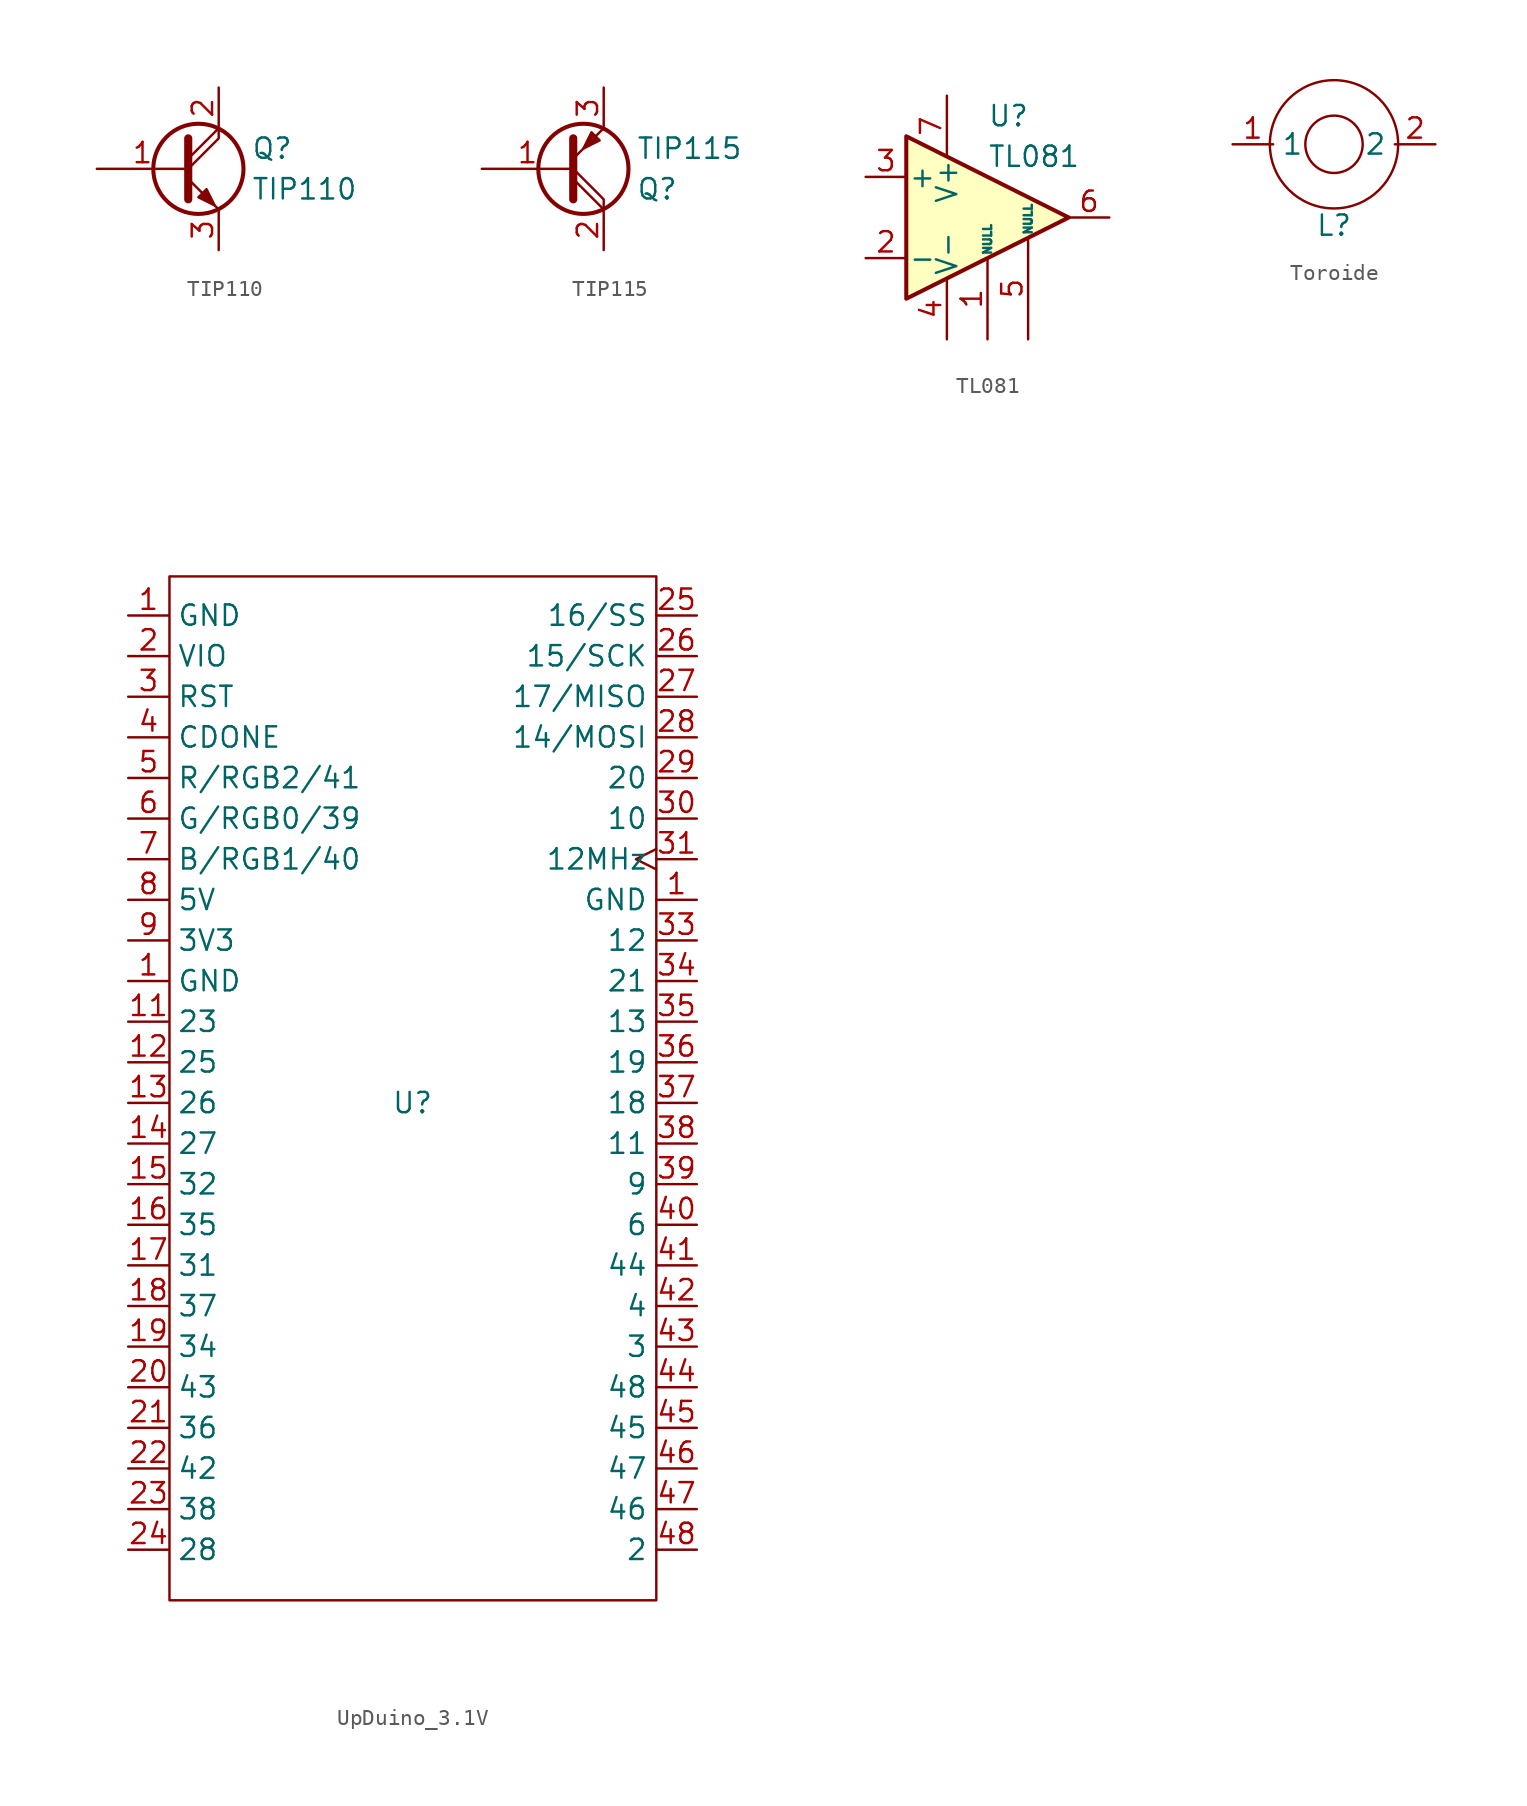
<source format=kicad_sym>
(kicad_symbol_lib
  (version 20231120)
  (generator "kicad_symbol_editor")
  (generator_version "8.0")
  (symbol "TIP110"
    (pin_names
      (offset 0) hide)
    (property "Reference" "Q"
      (at 4.572 1.27 0)
      (effects (font (size 1.27 1.27)) (justify left)))
    (property "Value" "TIP110"
      (at 4.572 -1.27 0)
      (effects (font (size 1.27 1.27)) (justify left)))
    (symbol "TIP110_0_1"
      (polyline (pts (xy 0.635 0.635) (xy 2.54 2.54)) (stroke (width 0) (type default)) (fill (type none)))
      (polyline (pts (xy 0.635 -0.635) (xy 2.54 -2.54) (xy 2.54 -2.54)) (stroke (width 0) (type default)) (fill (type none)))
      (polyline (pts (xy 0.635 0) (xy 2.54 1.905) (xy 2.54 2.54)) (stroke (width 0) (type default)) (fill (type none)))
      (polyline (pts (xy 0.635 1.905) (xy 0.635 -1.905) (xy 0.635 -1.905)) (stroke (width 0.508) (type default)) (fill (type none)))
      (polyline (pts (xy 1.27 -1.778) (xy 1.778 -1.27) (xy 2.286 -2.286) (xy 1.27 -1.778) (xy 1.27 -1.778)) (stroke (width 0) (type default)) (fill (type outline)))
      (circle (center 1.27 0) (radius 2.819) (stroke (width 0.254) (type default)) (fill (type none))))
    (symbol "TIP110_1_1"
      (pin input line (at -5.08 0 0) (length 5.715) (name "B" (effects (font (size 1.27 1.27)))) (number "1" (effects (font (size 1.27 1.27)))))
      (pin passive line (at 2.54 5.08 270) (length 2.54) (name "C" (effects (font (size 1.27 1.27)))) (number "2" (effects (font (size 1.27 1.27)))))
      (pin passive line (at 2.54 -5.08 90) (length 2.54) (name "E" (effects (font (size 1.27 1.27)))) (number "3" (effects (font (size 1.27 1.27)))))))
  (symbol "TIP115"
    (pin_names
      (offset 0) hide)
    (property "Reference" "Q"
      (at 2.032 -1.27 0)
      (effects (font (size 1.27 1.27)) (justify left)))
    (property "Value" "TIP115"
      (at 2.032 1.27 0)
      (effects (font (size 1.27 1.27)) (justify left)))
    (symbol "TIP115_0_1"
      (circle (center -1.27 0) (radius 2.819) (stroke (width 0.254) (type default)) (fill (type none)))
      (polyline (pts (xy -1.905 -0.635) (xy 0 -2.54)) (stroke (width 0) (type default)) (fill (type none)))
      (polyline (pts (xy -1.905 -1.905) (xy -1.905 1.905) (xy -1.905 1.905)) (stroke (width 0.508) (type default)) (fill (type none)))
      (polyline (pts (xy -1.905 0) (xy 0 -1.905) (xy 0 -2.54)) (stroke (width 0) (type default)) (fill (type none)))
      (polyline (pts (xy -1.905 0.635) (xy 0 2.54) (xy 0 2.54)) (stroke (width 0) (type default)) (fill (type none)))
      (polyline (pts (xy -0.254 1.778) (xy -0.762 2.286) (xy -1.27 1.27) (xy -0.254 1.778) (xy -0.254 1.778)) (stroke (width 0) (type default)) (fill (type outline))))
    (symbol "TIP115_1_1"
      (pin input line (at -7.62 0 0) (length 5.715) (name "B" (effects (font (size 1.27 1.27)))) (number "1" (effects (font (size 1.27 1.27)))))
      (pin passive line (at 0 -5.08 90) (length 2.54) (name "C" (effects (font (size 1.27 1.27)))) (number "2" (effects (font (size 1.27 1.27)))))
      (pin passive line (at 0 5.08 270) (length 2.54) (name "E" (effects (font (size 1.27 1.27)))) (number "3" (effects (font (size 1.27 1.27)))))))
  (symbol "TL081"
    (pin_names
      (offset 0.127))
    (property "Reference" "U"
      (at 0 6.35 0)
      (effects (font (size 1.27 1.27)) (justify left)))
    (property "Value" "TL081"
      (at 0 3.81 0)
      (effects (font (size 1.27 1.27)) (justify left)))
    (symbol "TL081_0_1"
      (polyline (pts (xy -5.08 5.08) (xy 5.08 0) (xy -5.08 -5.08) (xy -5.08 5.08)) (stroke (width 0.254) (type default)) (fill (type background))))
    (symbol "TL081_1_1"
      (pin input line (at 0 -7.62 90) (length 5.08) (name "NULL" (effects (font (size 0.508 0.508)))) (number "1" (effects (font (size 1.27 1.27)))))
      (pin input line (at -7.62 -2.54 0) (length 2.54) (name "-" (effects (font (size 1.27 1.27)))) (number "2" (effects (font (size 1.27 1.27)))))
      (pin input line (at -7.62 2.54 0) (length 2.54) (name "+" (effects (font (size 1.27 1.27)))) (number "3" (effects (font (size 1.27 1.27)))))
      (pin power_in line (at -2.54 -7.62 90) (length 3.81) (name "V-" (effects (font (size 1.27 1.27)))) (number "4" (effects (font (size 1.27 1.27)))))
      (pin input line (at 2.54 -7.62 90) (length 6.35) (name "NULL" (effects (font (size 0.508 0.508)))) (number "5" (effects (font (size 1.27 1.27)))))
      (pin output line (at 7.62 0 180) (length 2.54) (name "~" (effects (font (size 1.27 1.27)))) (number "6" (effects (font (size 1.27 1.27)))))
      (pin power_in line (at -2.54 7.62 270) (length 3.81) (name "V+" (effects (font (size 1.27 1.27)))) (number "7" (effects (font (size 1.27 1.27)))))
      (pin no_connect line (at 0 2.54 270) (length 2.54) hide (name "NC" (effects (font (size 1.27 1.27)))) (number "8" (effects (font (size 1.27 1.27)))))))
  (symbol "Toroide"
    (property "Reference" "L"
      (at 0 -5.08 0)
      (effects (font (size 1.27 1.27))))
    (property "Value" ""
      (at 0 -5.08 0)
      (effects (font (size 1.27 1.27))))
    (symbol "Toroide_0_1"
      (circle (center 0 0) (radius 1.796) (stroke (width 0) (type default)) (fill (type none)))
      (circle (center 0 0) (radius 4.016) (stroke (width 0) (type default)) (fill (type none))))
    (symbol "Toroide_1_1"
      (pin input line (at -6.35 0 0) (length 2.54) (name "1" (effects (font (size 1.27 1.27)))) (number "1" (effects (font (size 1.27 1.27)))))
      (pin output line (at 6.35 0 180) (length 2.54) (name "2" (effects (font (size 1.27 1.27)))) (number "2" (effects (font (size 1.27 1.27)))))))
  (symbol "UpDuino_3.1V"
    (property "Reference" "U"
      (at 0 -2.54 0)
      (effects (font (size 1.27 1.27))))
    (property "Value" ""
      (at -6.35 15.24 0)
      (effects (font (size 1.27 1.27))))
    (symbol "UpDuino_3.1V_0_1"
      (rectangle (start -15.198 30.385) (end 15.247 -33.644) (stroke (width 0) (type default)) (fill (type none))))
    (symbol "UpDuino_3.1V_1_1"
      (pin power_in line (at -17.78 5.08 0) (length 2.54) (name "GND" (effects (font (size 1.27 1.27)))) (number "1" (effects (font (size 1.27 1.27)))))
      (pin power_in line (at -17.78 27.94 0) (length 2.54) (name "GND" (effects (font (size 1.27 1.27)))) (number "1" (effects (font (size 1.27 1.27)))))
      (pin power_in line (at 17.78 10.16 180) (length 2.54) (name "GND" (effects (font (size 1.27 1.27)))) (number "1" (effects (font (size 1.27 1.27)))))
      (pin bidirectional line (at -17.78 2.54 0) (length 2.54) (name "23" (effects (font (size 1.27 1.27)))) (number "11" (effects (font (size 1.27 1.27)))))
      (pin bidirectional line (at -17.78 0 0) (length 2.54) (name "25" (effects (font (size 1.27 1.27)))) (number "12" (effects (font (size 1.27 1.27)))))
      (pin bidirectional line (at -17.78 -2.54 0) (length 2.54) (name "26" (effects (font (size 1.27 1.27)))) (number "13" (effects (font (size 1.27 1.27)))))
      (pin bidirectional line (at -17.78 -5.08 0) (length 2.54) (name "27" (effects (font (size 1.27 1.27)))) (number "14" (effects (font (size 1.27 1.27)))))
      (pin bidirectional line (at -17.78 -7.62 0) (length 2.54) (name "32" (effects (font (size 1.27 1.27)))) (number "15" (effects (font (size 1.27 1.27)))))
      (pin bidirectional line (at -17.78 -10.16 0) (length 2.54) (name "35" (effects (font (size 1.27 1.27)))) (number "16" (effects (font (size 1.27 1.27)))))
      (pin bidirectional line (at -17.78 -12.7 0) (length 2.54) (name "31" (effects (font (size 1.27 1.27)))) (number "17" (effects (font (size 1.27 1.27)))))
      (pin bidirectional line (at -17.78 -15.24 0) (length 2.54) (name "37" (effects (font (size 1.27 1.27)))) (number "18" (effects (font (size 1.27 1.27)))))
      (pin bidirectional line (at -17.78 -17.78 0) (length 2.54) (name "34" (effects (font (size 1.27 1.27)))) (number "19" (effects (font (size 1.27 1.27)))))
      (pin power_in line (at -17.78 25.4 0) (length 2.54) (name "VIO" (effects (font (size 1.27 1.27)))) (number "2" (effects (font (size 1.27 1.27)))))
      (pin bidirectional line (at -17.78 -20.32 0) (length 2.54) (name "43" (effects (font (size 1.27 1.27)))) (number "20" (effects (font (size 1.27 1.27)))))
      (pin bidirectional line (at -17.78 -22.86 0) (length 2.54) (name "36" (effects (font (size 1.27 1.27)))) (number "21" (effects (font (size 1.27 1.27)))))
      (pin bidirectional line (at -17.78 -25.4 0) (length 2.54) (name "42" (effects (font (size 1.27 1.27)))) (number "22" (effects (font (size 1.27 1.27)))))
      (pin bidirectional line (at -17.78 -27.94 0) (length 2.54) (name "38" (effects (font (size 1.27 1.27)))) (number "23" (effects (font (size 1.27 1.27)))))
      (pin bidirectional line (at -17.78 -30.48 0) (length 2.54) (name "28" (effects (font (size 1.27 1.27)))) (number "24" (effects (font (size 1.27 1.27)))))
      (pin bidirectional line (at 17.78 27.94 180) (length 2.54) (name "16/SS" (effects (font (size 1.27 1.27)))) (number "25" (effects (font (size 1.27 1.27)))))
      (pin bidirectional line (at 17.78 25.4 180) (length 2.54) (name "15/SCK" (effects (font (size 1.27 1.27)))) (number "26" (effects (font (size 1.27 1.27)))))
      (pin bidirectional line (at 17.78 22.86 180) (length 2.54) (name "17/MISO" (effects (font (size 1.27 1.27)))) (number "27" (effects (font (size 1.27 1.27)))))
      (pin bidirectional line (at 17.78 20.32 180) (length 2.54) (name "14/MOSI" (effects (font (size 1.27 1.27)))) (number "28" (effects (font (size 1.27 1.27)))))
      (pin bidirectional line (at 17.78 17.78 180) (length 2.54) (name "20" (effects (font (size 1.27 1.27)))) (number "29" (effects (font (size 1.27 1.27)))))
      (pin input line (at -17.78 22.86 0) (length 2.54) (name "RST" (effects (font (size 1.27 1.27)))) (number "3" (effects (font (size 1.27 1.27)))))
      (pin bidirectional line (at 17.78 15.24 180) (length 2.54) (name "10" (effects (font (size 1.27 1.27)))) (number "30" (effects (font (size 1.27 1.27)))))
      (pin output clock (at 17.78 12.7 180) (length 2.54) (name "12MHz" (effects (font (size 1.27 1.27)))) (number "31" (effects (font (size 1.27 1.27)))))
      (pin bidirectional line (at 17.78 7.62 180) (length 2.54) (name "12" (effects (font (size 1.27 1.27)))) (number "33" (effects (font (size 1.27 1.27)))))
      (pin bidirectional line (at 17.78 5.08 180) (length 2.54) (name "21" (effects (font (size 1.27 1.27)))) (number "34" (effects (font (size 1.27 1.27)))))
      (pin bidirectional line (at 17.78 2.54 180) (length 2.54) (name "13" (effects (font (size 1.27 1.27)))) (number "35" (effects (font (size 1.27 1.27)))))
      (pin bidirectional line (at 17.78 0 180) (length 2.54) (name "19" (effects (font (size 1.27 1.27)))) (number "36" (effects (font (size 1.27 1.27)))))
      (pin bidirectional line (at 17.78 -2.54 180) (length 2.54) (name "18" (effects (font (size 1.27 1.27)))) (number "37" (effects (font (size 1.27 1.27)))))
      (pin bidirectional line (at 17.78 -5.08 180) (length 2.54) (name "11" (effects (font (size 1.27 1.27)))) (number "38" (effects (font (size 1.27 1.27)))))
      (pin bidirectional line (at 17.78 -7.62 180) (length 2.54) (name "9" (effects (font (size 1.27 1.27)))) (number "39" (effects (font (size 1.27 1.27)))))
      (pin input line (at -17.78 20.32 0) (length 2.54) (name "CDONE" (effects (font (size 1.27 1.27)))) (number "4" (effects (font (size 1.27 1.27)))))
      (pin bidirectional line (at 17.78 -10.16 180) (length 2.54) (name "6" (effects (font (size 1.27 1.27)))) (number "40" (effects (font (size 1.27 1.27)))))
      (pin bidirectional line (at 17.78 -12.7 180) (length 2.54) (name "44" (effects (font (size 1.27 1.27)))) (number "41" (effects (font (size 1.27 1.27)))))
      (pin bidirectional line (at 17.78 -15.24 180) (length 2.54) (name "4" (effects (font (size 1.27 1.27)))) (number "42" (effects (font (size 1.27 1.27)))))
      (pin bidirectional line (at 17.78 -17.78 180) (length 2.54) (name "3" (effects (font (size 1.27 1.27)))) (number "43" (effects (font (size 1.27 1.27)))))
      (pin bidirectional line (at 17.78 -20.32 180) (length 2.54) (name "48" (effects (font (size 1.27 1.27)))) (number "44" (effects (font (size 1.27 1.27)))))
      (pin bidirectional line (at 17.78 -22.86 180) (length 2.54) (name "45" (effects (font (size 1.27 1.27)))) (number "45" (effects (font (size 1.27 1.27)))))
      (pin bidirectional line (at 17.78 -25.4 180) (length 2.54) (name "47" (effects (font (size 1.27 1.27)))) (number "46" (effects (font (size 1.27 1.27)))))
      (pin bidirectional line (at 17.78 -27.94 180) (length 2.54) (name "46" (effects (font (size 1.27 1.27)))) (number "47" (effects (font (size 1.27 1.27)))))
      (pin bidirectional line (at 17.78 -30.48 180) (length 2.54) (name "2" (effects (font (size 1.27 1.27)))) (number "48" (effects (font (size 1.27 1.27)))))
      (pin bidirectional line (at -17.78 17.78 0) (length 2.54) (name "R/RGB2/41" (effects (font (size 1.27 1.27)))) (number "5" (effects (font (size 1.27 1.27)))))
      (pin bidirectional line (at -17.78 15.24 0) (length 2.54) (name "G/RGB0/39" (effects (font (size 1.27 1.27)))) (number "6" (effects (font (size 1.27 1.27)))))
      (pin bidirectional line (at -17.78 12.7 0) (length 2.54) (name "B/RGB1/40" (effects (font (size 1.27 1.27)))) (number "7" (effects (font (size 1.27 1.27)))))
      (pin power_in line (at -17.78 10.16 0) (length 2.54) (name "5V" (effects (font (size 1.27 1.27)))) (number "8" (effects (font (size 1.27 1.27)))))
      (pin power_out line (at -17.78 7.62 0) (length 2.54) (name "3V3" (effects (font (size 1.27 1.27)))) (number "9" (effects (font (size 1.27 1.27))))))))
</source>
